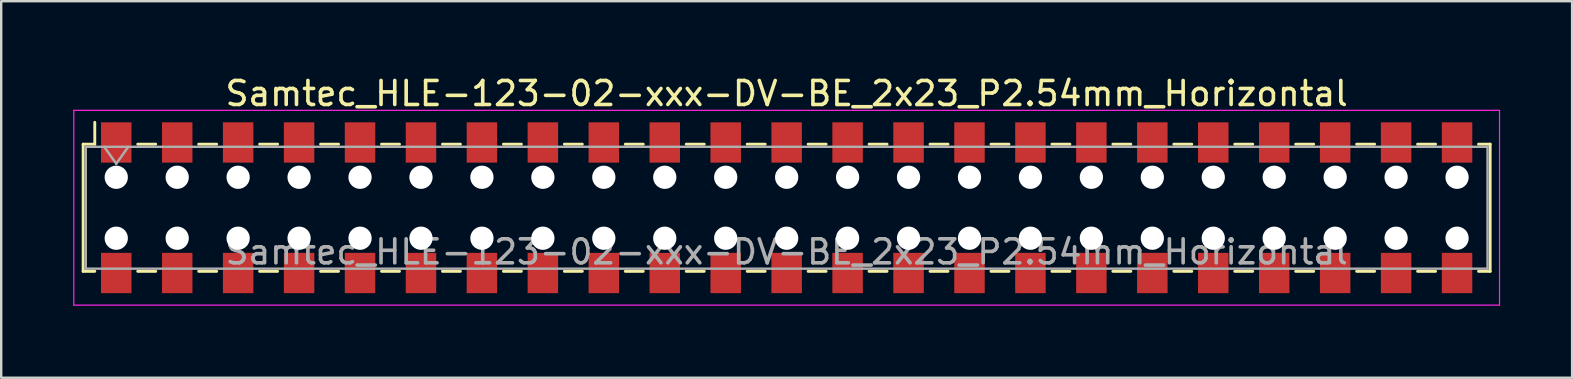
<source format=kicad_pcb>
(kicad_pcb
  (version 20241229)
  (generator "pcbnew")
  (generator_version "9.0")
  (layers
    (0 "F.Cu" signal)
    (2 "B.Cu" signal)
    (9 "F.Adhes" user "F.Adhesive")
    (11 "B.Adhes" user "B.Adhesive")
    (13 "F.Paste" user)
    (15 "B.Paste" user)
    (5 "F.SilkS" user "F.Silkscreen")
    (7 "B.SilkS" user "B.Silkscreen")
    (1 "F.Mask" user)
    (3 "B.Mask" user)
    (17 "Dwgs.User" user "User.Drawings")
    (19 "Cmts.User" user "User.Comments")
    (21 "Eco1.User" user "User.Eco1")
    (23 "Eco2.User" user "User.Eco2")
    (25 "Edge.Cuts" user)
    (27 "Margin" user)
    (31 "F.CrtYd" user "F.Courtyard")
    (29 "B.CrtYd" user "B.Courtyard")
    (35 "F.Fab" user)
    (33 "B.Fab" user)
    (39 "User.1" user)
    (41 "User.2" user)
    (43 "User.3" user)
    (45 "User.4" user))
  (footprint "Samtec_HLE-123-02-xxx-DV-BE_2x23_P2.54mm_Horizontal"
    (layer "F.Cu")
    (at 29.735 5.608)
    (property "Reference" "Samtec_HLE-123-02-xxx-DV-BE_2x23_P2.54mm_Horizontal" (at 0 -4.76 0) (layer "F.SilkS") (effects (font (size 1 1) (thickness 0.15))))
    (attr smd)
    (fp_line (start -29.32 -2.65) (end -29.32 2.65) (stroke (width 0.12) (type solid)) (layer "F.SilkS"))
    (fp_line (start -29.32 2.65) (end -28.835 2.65) (stroke (width 0.12) (type solid)) (layer "F.SilkS"))
    (fp_line (start -28.835 -3.56) (end -28.835 -2.65) (stroke (width 0.12) (type solid)) (layer "F.SilkS"))
    (fp_line (start -28.835 -2.65) (end -29.32 -2.65) (stroke (width 0.12) (type solid)) (layer "F.SilkS"))
    (fp_line (start -27.045 -2.65) (end -26.295 -2.65) (stroke (width 0.12) (type solid)) (layer "F.SilkS"))
    (fp_line (start -27.045 2.65) (end -26.295 2.65) (stroke (width 0.12) (type solid)) (layer "F.SilkS"))
    (fp_line (start -24.505 -2.65) (end -23.755 -2.65) (stroke (width 0.12) (type solid)) (layer "F.SilkS"))
    (fp_line (start -24.505 2.65) (end -23.755 2.65) (stroke (width 0.12) (type solid)) (layer "F.SilkS"))
    (fp_line (start -21.965 -2.65) (end -21.215 -2.65) (stroke (width 0.12) (type solid)) (layer "F.SilkS"))
    (fp_line (start -21.965 2.65) (end -21.215 2.65) (stroke (width 0.12) (type solid)) (layer "F.SilkS"))
    (fp_line (start -19.425 -2.65) (end -18.675 -2.65) (stroke (width 0.12) (type solid)) (layer "F.SilkS"))
    (fp_line (start -19.425 2.65) (end -18.675 2.65) (stroke (width 0.12) (type solid)) (layer "F.SilkS"))
    (fp_line (start -16.885 -2.65) (end -16.135 -2.65) (stroke (width 0.12) (type solid)) (layer "F.SilkS"))
    (fp_line (start -16.885 2.65) (end -16.135 2.65) (stroke (width 0.12) (type solid)) (layer "F.SilkS"))
    (fp_line (start -14.345 -2.65) (end -13.595 -2.65) (stroke (width 0.12) (type solid)) (layer "F.SilkS"))
    (fp_line (start -14.345 2.65) (end -13.595 2.65) (stroke (width 0.12) (type solid)) (layer "F.SilkS"))
    (fp_line (start -11.805 -2.65) (end -11.055 -2.65) (stroke (width 0.12) (type solid)) (layer "F.SilkS"))
    (fp_line (start -11.805 2.65) (end -11.055 2.65) (stroke (width 0.12) (type solid)) (layer "F.SilkS"))
    (fp_line (start -9.265 -2.65) (end -8.515 -2.65) (stroke (width 0.12) (type solid)) (layer "F.SilkS"))
    (fp_line (start -9.265 2.65) (end -8.515 2.65) (stroke (width 0.12) (type solid)) (layer "F.SilkS"))
    (fp_line (start -6.725 -2.65) (end -5.975 -2.65) (stroke (width 0.12) (type solid)) (layer "F.SilkS"))
    (fp_line (start -6.725 2.65) (end -5.975 2.65) (stroke (width 0.12) (type solid)) (layer "F.SilkS"))
    (fp_line (start -4.185 -2.65) (end -3.435 -2.65) (stroke (width 0.12) (type solid)) (layer "F.SilkS"))
    (fp_line (start -4.185 2.65) (end -3.435 2.65) (stroke (width 0.12) (type solid)) (layer "F.SilkS"))
    (fp_line (start -1.645 -2.65) (end -0.895 -2.65) (stroke (width 0.12) (type solid)) (layer "F.SilkS"))
    (fp_line (start -1.645 2.65) (end -0.895 2.65) (stroke (width 0.12) (type solid)) (layer "F.SilkS"))
    (fp_line (start 0.895 -2.65) (end 1.645 -2.65) (stroke (width 0.12) (type solid)) (layer "F.SilkS"))
    (fp_line (start 0.895 2.65) (end 1.645 2.65) (stroke (width 0.12) (type solid)) (layer "F.SilkS"))
    (fp_line (start 3.435 -2.65) (end 4.185 -2.65) (stroke (width 0.12) (type solid)) (layer "F.SilkS"))
    (fp_line (start 3.435 2.65) (end 4.185 2.65) (stroke (width 0.12) (type solid)) (layer "F.SilkS"))
    (fp_line (start 5.975 -2.65) (end 6.725 -2.65) (stroke (width 0.12) (type solid)) (layer "F.SilkS"))
    (fp_line (start 5.975 2.65) (end 6.725 2.65) (stroke (width 0.12) (type solid)) (layer "F.SilkS"))
    (fp_line (start 8.515 -2.65) (end 9.265 -2.65) (stroke (width 0.12) (type solid)) (layer "F.SilkS"))
    (fp_line (start 8.515 2.65) (end 9.265 2.65) (stroke (width 0.12) (type solid)) (layer "F.SilkS"))
    (fp_line (start 11.055 -2.65) (end 11.805 -2.65) (stroke (width 0.12) (type solid)) (layer "F.SilkS"))
    (fp_line (start 11.055 2.65) (end 11.805 2.65) (stroke (width 0.12) (type solid)) (layer "F.SilkS"))
    (fp_line (start 13.595 -2.65) (end 14.345 -2.65) (stroke (width 0.12) (type solid)) (layer "F.SilkS"))
    (fp_line (start 13.595 2.65) (end 14.345 2.65) (stroke (width 0.12) (type solid)) (layer "F.SilkS"))
    (fp_line (start 16.135 -2.65) (end 16.885 -2.65) (stroke (width 0.12) (type solid)) (layer "F.SilkS"))
    (fp_line (start 16.135 2.65) (end 16.885 2.65) (stroke (width 0.12) (type solid)) (layer "F.SilkS"))
    (fp_line (start 18.675 -2.65) (end 19.425 -2.65) (stroke (width 0.12) (type solid)) (layer "F.SilkS"))
    (fp_line (start 18.675 2.65) (end 19.425 2.65) (stroke (width 0.12) (type solid)) (layer "F.SilkS"))
    (fp_line (start 21.215 -2.65) (end 21.965 -2.65) (stroke (width 0.12) (type solid)) (layer "F.SilkS"))
    (fp_line (start 21.215 2.65) (end 21.965 2.65) (stroke (width 0.12) (type solid)) (layer "F.SilkS"))
    (fp_line (start 23.755 -2.65) (end 24.505 -2.65) (stroke (width 0.12) (type solid)) (layer "F.SilkS"))
    (fp_line (start 23.755 2.65) (end 24.505 2.65) (stroke (width 0.12) (type solid)) (layer "F.SilkS"))
    (fp_line (start 26.295 -2.65) (end 27.045 -2.65) (stroke (width 0.12) (type solid)) (layer "F.SilkS"))
    (fp_line (start 26.295 2.65) (end 27.045 2.65) (stroke (width 0.12) (type solid)) (layer "F.SilkS"))
    (fp_line (start 28.835 -2.65) (end 29.32 -2.65) (stroke (width 0.12) (type solid)) (layer "F.SilkS"))
    (fp_line (start 29.32 -2.65) (end 29.32 2.65) (stroke (width 0.12) (type solid)) (layer "F.SilkS"))
    (fp_line (start 29.32 2.65) (end 28.835 2.65) (stroke (width 0.12) (type solid)) (layer "F.SilkS"))
    (fp_line (start -29.71 -4.06) (end 29.71 -4.06) (stroke (width 0.05) (type solid)) (layer "F.CrtYd"))
    (fp_line (start -29.71 4.06) (end -29.71 -4.06) (stroke (width 0.05) (type solid)) (layer "F.CrtYd"))
    (fp_line (start 29.71 -4.06) (end 29.71 4.06) (stroke (width 0.05) (type solid)) (layer "F.CrtYd"))
    (fp_line (start 29.71 4.06) (end -29.71 4.06) (stroke (width 0.05) (type solid)) (layer "F.CrtYd"))
    (fp_line (start -29.21 -2.54) (end 29.21 -2.54) (stroke (width 0.1) (type solid)) (layer "F.Fab"))
    (fp_line (start -29.21 2.54) (end -29.21 -2.54) (stroke (width 0.1) (type solid)) (layer "F.Fab"))
    (fp_line (start -28.44 -2.54) (end -27.94 -1.833) (stroke (width 0.1) (type solid)) (layer "F.Fab"))
    (fp_line (start -27.94 -1.833) (end -27.44 -2.54) (stroke (width 0.1) (type solid)) (layer "F.Fab"))
    (fp_line (start 29.21 -2.54) (end 29.21 2.54) (stroke (width 0.1) (type solid)) (layer "F.Fab"))
    (fp_line (start 29.21 2.54) (end -29.21 2.54) (stroke (width 0.1) (type solid)) (layer "F.Fab"))
    (fp_text user "${REFERENCE}" (at 0 1.84 0) (layer "F.Fab") (effects (font (size 1 1) (thickness 0.15))))
    (pad "" np_thru_hole circle (at -27.94 -1.27) (size 0.97 0.97) (drill 0.97) (layers "*.Cu" "*.Mask"))
    (pad "" np_thru_hole circle (at -27.94 1.27) (size 0.97 0.97) (drill 0.97) (layers "*.Cu" "*.Mask"))
    (pad "" np_thru_hole circle (at -25.4 -1.27) (size 0.97 0.97) (drill 0.97) (layers "*.Cu" "*.Mask"))
    (pad "" np_thru_hole circle (at -25.4 1.27) (size 0.97 0.97) (drill 0.97) (layers "*.Cu" "*.Mask"))
    (pad "" np_thru_hole circle (at -22.86 -1.27) (size 0.97 0.97) (drill 0.97) (layers "*.Cu" "*.Mask"))
    (pad "" np_thru_hole circle (at -22.86 1.27) (size 0.97 0.97) (drill 0.97) (layers "*.Cu" "*.Mask"))
    (pad "" np_thru_hole circle (at -20.32 -1.27) (size 0.97 0.97) (drill 0.97) (layers "*.Cu" "*.Mask"))
    (pad "" np_thru_hole circle (at -20.32 1.27) (size 0.97 0.97) (drill 0.97) (layers "*.Cu" "*.Mask"))
    (pad "" np_thru_hole circle (at -17.78 -1.27) (size 0.97 0.97) (drill 0.97) (layers "*.Cu" "*.Mask"))
    (pad "" np_thru_hole circle (at -17.78 1.27) (size 0.97 0.97) (drill 0.97) (layers "*.Cu" "*.Mask"))
    (pad "" np_thru_hole circle (at -15.24 -1.27) (size 0.97 0.97) (drill 0.97) (layers "*.Cu" "*.Mask"))
    (pad "" np_thru_hole circle (at -15.24 1.27) (size 0.97 0.97) (drill 0.97) (layers "*.Cu" "*.Mask"))
    (pad "" np_thru_hole circle (at -12.7 -1.27) (size 0.97 0.97) (drill 0.97) (layers "*.Cu" "*.Mask"))
    (pad "" np_thru_hole circle (at -12.7 1.27) (size 0.97 0.97) (drill 0.97) (layers "*.Cu" "*.Mask"))
    (pad "" np_thru_hole circle (at -10.16 -1.27) (size 0.97 0.97) (drill 0.97) (layers "*.Cu" "*.Mask"))
    (pad "" np_thru_hole circle (at -10.16 1.27) (size 0.97 0.97) (drill 0.97) (layers "*.Cu" "*.Mask"))
    (pad "" np_thru_hole circle (at -7.62 -1.27) (size 0.97 0.97) (drill 0.97) (layers "*.Cu" "*.Mask"))
    (pad "" np_thru_hole circle (at -7.62 1.27) (size 0.97 0.97) (drill 0.97) (layers "*.Cu" "*.Mask"))
    (pad "" np_thru_hole circle (at -5.08 -1.27) (size 0.97 0.97) (drill 0.97) (layers "*.Cu" "*.Mask"))
    (pad "" np_thru_hole circle (at -5.08 1.27) (size 0.97 0.97) (drill 0.97) (layers "*.Cu" "*.Mask"))
    (pad "" np_thru_hole circle (at -2.54 -1.27) (size 0.97 0.97) (drill 0.97) (layers "*.Cu" "*.Mask"))
    (pad "" np_thru_hole circle (at -2.54 1.27) (size 0.97 0.97) (drill 0.97) (layers "*.Cu" "*.Mask"))
    (pad "" np_thru_hole circle (at 0 -1.27) (size 0.97 0.97) (drill 0.97) (layers "*.Cu" "*.Mask"))
    (pad "" np_thru_hole circle (at 0 1.27) (size 0.97 0.97) (drill 0.97) (layers "*.Cu" "*.Mask"))
    (pad "" np_thru_hole circle (at 2.54 -1.27) (size 0.97 0.97) (drill 0.97) (layers "*.Cu" "*.Mask"))
    (pad "" np_thru_hole circle (at 2.54 1.27) (size 0.97 0.97) (drill 0.97) (layers "*.Cu" "*.Mask"))
    (pad "" np_thru_hole circle (at 5.08 -1.27) (size 0.97 0.97) (drill 0.97) (layers "*.Cu" "*.Mask"))
    (pad "" np_thru_hole circle (at 5.08 1.27) (size 0.97 0.97) (drill 0.97) (layers "*.Cu" "*.Mask"))
    (pad "" np_thru_hole circle (at 7.62 -1.27) (size 0.97 0.97) (drill 0.97) (layers "*.Cu" "*.Mask"))
    (pad "" np_thru_hole circle (at 7.62 1.27) (size 0.97 0.97) (drill 0.97) (layers "*.Cu" "*.Mask"))
    (pad "" np_thru_hole circle (at 10.16 -1.27) (size 0.97 0.97) (drill 0.97) (layers "*.Cu" "*.Mask"))
    (pad "" np_thru_hole circle (at 10.16 1.27) (size 0.97 0.97) (drill 0.97) (layers "*.Cu" "*.Mask"))
    (pad "" np_thru_hole circle (at 12.7 -1.27) (size 0.97 0.97) (drill 0.97) (layers "*.Cu" "*.Mask"))
    (pad "" np_thru_hole circle (at 12.7 1.27) (size 0.97 0.97) (drill 0.97) (layers "*.Cu" "*.Mask"))
    (pad "" np_thru_hole circle (at 15.24 -1.27) (size 0.97 0.97) (drill 0.97) (layers "*.Cu" "*.Mask"))
    (pad "" np_thru_hole circle (at 15.24 1.27) (size 0.97 0.97) (drill 0.97) (layers "*.Cu" "*.Mask"))
    (pad "" np_thru_hole circle (at 17.78 -1.27) (size 0.97 0.97) (drill 0.97) (layers "*.Cu" "*.Mask"))
    (pad "" np_thru_hole circle (at 17.78 1.27) (size 0.97 0.97) (drill 0.97) (layers "*.Cu" "*.Mask"))
    (pad "" np_thru_hole circle (at 20.32 -1.27) (size 0.97 0.97) (drill 0.97) (layers "*.Cu" "*.Mask"))
    (pad "" np_thru_hole circle (at 20.32 1.27) (size 0.97 0.97) (drill 0.97) (layers "*.Cu" "*.Mask"))
    (pad "" np_thru_hole circle (at 22.86 -1.27) (size 0.97 0.97) (drill 0.97) (layers "*.Cu" "*.Mask"))
    (pad "" np_thru_hole circle (at 22.86 1.27) (size 0.97 0.97) (drill 0.97) (layers "*.Cu" "*.Mask"))
    (pad "" np_thru_hole circle (at 25.4 -1.27) (size 0.97 0.97) (drill 0.97) (layers "*.Cu" "*.Mask"))
    (pad "" np_thru_hole circle (at 25.4 1.27) (size 0.97 0.97) (drill 0.97) (layers "*.Cu" "*.Mask"))
    (pad "" np_thru_hole circle (at 27.94 -1.27) (size 0.97 0.97) (drill 0.97) (layers "*.Cu" "*.Mask"))
    (pad "" np_thru_hole circle (at 27.94 1.27) (size 0.97 0.97) (drill 0.97) (layers "*.Cu" "*.Mask"))
    (pad "1" smd rect (at -27.94 -2.72) (size 1.27 1.68) (layers "F.Cu" "F.Mask" "F.Paste"))
    (pad "2" smd rect (at -27.94 2.72) (size 1.27 1.68) (layers "F.Cu" "F.Mask" "F.Paste"))
    (pad "3" smd rect (at -25.4 -2.72) (size 1.27 1.68) (layers "F.Cu" "F.Mask" "F.Paste"))
    (pad "4" smd rect (at -25.4 2.72) (size 1.27 1.68) (layers "F.Cu" "F.Mask" "F.Paste"))
    (pad "5" smd rect (at -22.86 -2.72) (size 1.27 1.68) (layers "F.Cu" "F.Mask" "F.Paste"))
    (pad "6" smd rect (at -22.86 2.72) (size 1.27 1.68) (layers "F.Cu" "F.Mask" "F.Paste"))
    (pad "7" smd rect (at -20.32 -2.72) (size 1.27 1.68) (layers "F.Cu" "F.Mask" "F.Paste"))
    (pad "8" smd rect (at -20.32 2.72) (size 1.27 1.68) (layers "F.Cu" "F.Mask" "F.Paste"))
    (pad "9" smd rect (at -17.78 -2.72) (size 1.27 1.68) (layers "F.Cu" "F.Mask" "F.Paste"))
    (pad "10" smd rect (at -17.78 2.72) (size 1.27 1.68) (layers "F.Cu" "F.Mask" "F.Paste"))
    (pad "11" smd rect (at -15.24 -2.72) (size 1.27 1.68) (layers "F.Cu" "F.Mask" "F.Paste"))
    (pad "12" smd rect (at -15.24 2.72) (size 1.27 1.68) (layers "F.Cu" "F.Mask" "F.Paste"))
    (pad "13" smd rect (at -12.7 -2.72) (size 1.27 1.68) (layers "F.Cu" "F.Mask" "F.Paste"))
    (pad "14" smd rect (at -12.7 2.72) (size 1.27 1.68) (layers "F.Cu" "F.Mask" "F.Paste"))
    (pad "15" smd rect (at -10.16 -2.72) (size 1.27 1.68) (layers "F.Cu" "F.Mask" "F.Paste"))
    (pad "16" smd rect (at -10.16 2.72) (size 1.27 1.68) (layers "F.Cu" "F.Mask" "F.Paste"))
    (pad "17" smd rect (at -7.62 -2.72) (size 1.27 1.68) (layers "F.Cu" "F.Mask" "F.Paste"))
    (pad "18" smd rect (at -7.62 2.72) (size 1.27 1.68) (layers "F.Cu" "F.Mask" "F.Paste"))
    (pad "19" smd rect (at -5.08 -2.72) (size 1.27 1.68) (layers "F.Cu" "F.Mask" "F.Paste"))
    (pad "20" smd rect (at -5.08 2.72) (size 1.27 1.68) (layers "F.Cu" "F.Mask" "F.Paste"))
    (pad "21" smd rect (at -2.54 -2.72) (size 1.27 1.68) (layers "F.Cu" "F.Mask" "F.Paste"))
    (pad "22" smd rect (at -2.54 2.72) (size 1.27 1.68) (layers "F.Cu" "F.Mask" "F.Paste"))
    (pad "23" smd rect (at 0 -2.72) (size 1.27 1.68) (layers "F.Cu" "F.Mask" "F.Paste"))
    (pad "24" smd rect (at 0 2.72) (size 1.27 1.68) (layers "F.Cu" "F.Mask" "F.Paste"))
    (pad "25" smd rect (at 2.54 -2.72) (size 1.27 1.68) (layers "F.Cu" "F.Mask" "F.Paste"))
    (pad "26" smd rect (at 2.54 2.72) (size 1.27 1.68) (layers "F.Cu" "F.Mask" "F.Paste"))
    (pad "27" smd rect (at 5.08 -2.72) (size 1.27 1.68) (layers "F.Cu" "F.Mask" "F.Paste"))
    (pad "28" smd rect (at 5.08 2.72) (size 1.27 1.68) (layers "F.Cu" "F.Mask" "F.Paste"))
    (pad "29" smd rect (at 7.62 -2.72) (size 1.27 1.68) (layers "F.Cu" "F.Mask" "F.Paste"))
    (pad "30" smd rect (at 7.62 2.72) (size 1.27 1.68) (layers "F.Cu" "F.Mask" "F.Paste"))
    (pad "31" smd rect (at 10.16 -2.72) (size 1.27 1.68) (layers "F.Cu" "F.Mask" "F.Paste"))
    (pad "32" smd rect (at 10.16 2.72) (size 1.27 1.68) (layers "F.Cu" "F.Mask" "F.Paste"))
    (pad "33" smd rect (at 12.7 -2.72) (size 1.27 1.68) (layers "F.Cu" "F.Mask" "F.Paste"))
    (pad "34" smd rect (at 12.7 2.72) (size 1.27 1.68) (layers "F.Cu" "F.Mask" "F.Paste"))
    (pad "35" smd rect (at 15.24 -2.72) (size 1.27 1.68) (layers "F.Cu" "F.Mask" "F.Paste"))
    (pad "36" smd rect (at 15.24 2.72) (size 1.27 1.68) (layers "F.Cu" "F.Mask" "F.Paste"))
    (pad "37" smd rect (at 17.78 -2.72) (size 1.27 1.68) (layers "F.Cu" "F.Mask" "F.Paste"))
    (pad "38" smd rect (at 17.78 2.72) (size 1.27 1.68) (layers "F.Cu" "F.Mask" "F.Paste"))
    (pad "39" smd rect (at 20.32 -2.72) (size 1.27 1.68) (layers "F.Cu" "F.Mask" "F.Paste"))
    (pad "40" smd rect (at 20.32 2.72) (size 1.27 1.68) (layers "F.Cu" "F.Mask" "F.Paste"))
    (pad "41" smd rect (at 22.86 -2.72) (size 1.27 1.68) (layers "F.Cu" "F.Mask" "F.Paste"))
    (pad "42" smd rect (at 22.86 2.72) (size 1.27 1.68) (layers "F.Cu" "F.Mask" "F.Paste"))
    (pad "43" smd rect (at 25.4 -2.72) (size 1.27 1.68) (layers "F.Cu" "F.Mask" "F.Paste"))
    (pad "44" smd rect (at 25.4 2.72) (size 1.27 1.68) (layers "F.Cu" "F.Mask" "F.Paste"))
    (pad "45" smd rect (at 27.94 -2.72) (size 1.27 1.68) (layers "F.Cu" "F.Mask" "F.Paste"))
    (pad "46" smd rect (at 27.94 2.72) (size 1.27 1.68) (layers "F.Cu" "F.Mask" "F.Paste")))
  (gr_rect
    (start -3 -3)
    (end 62.47 12.693)
    (stroke (width 0.1) (type default))
    (fill no)
    (layer "Edge.Cuts")))
</source>
